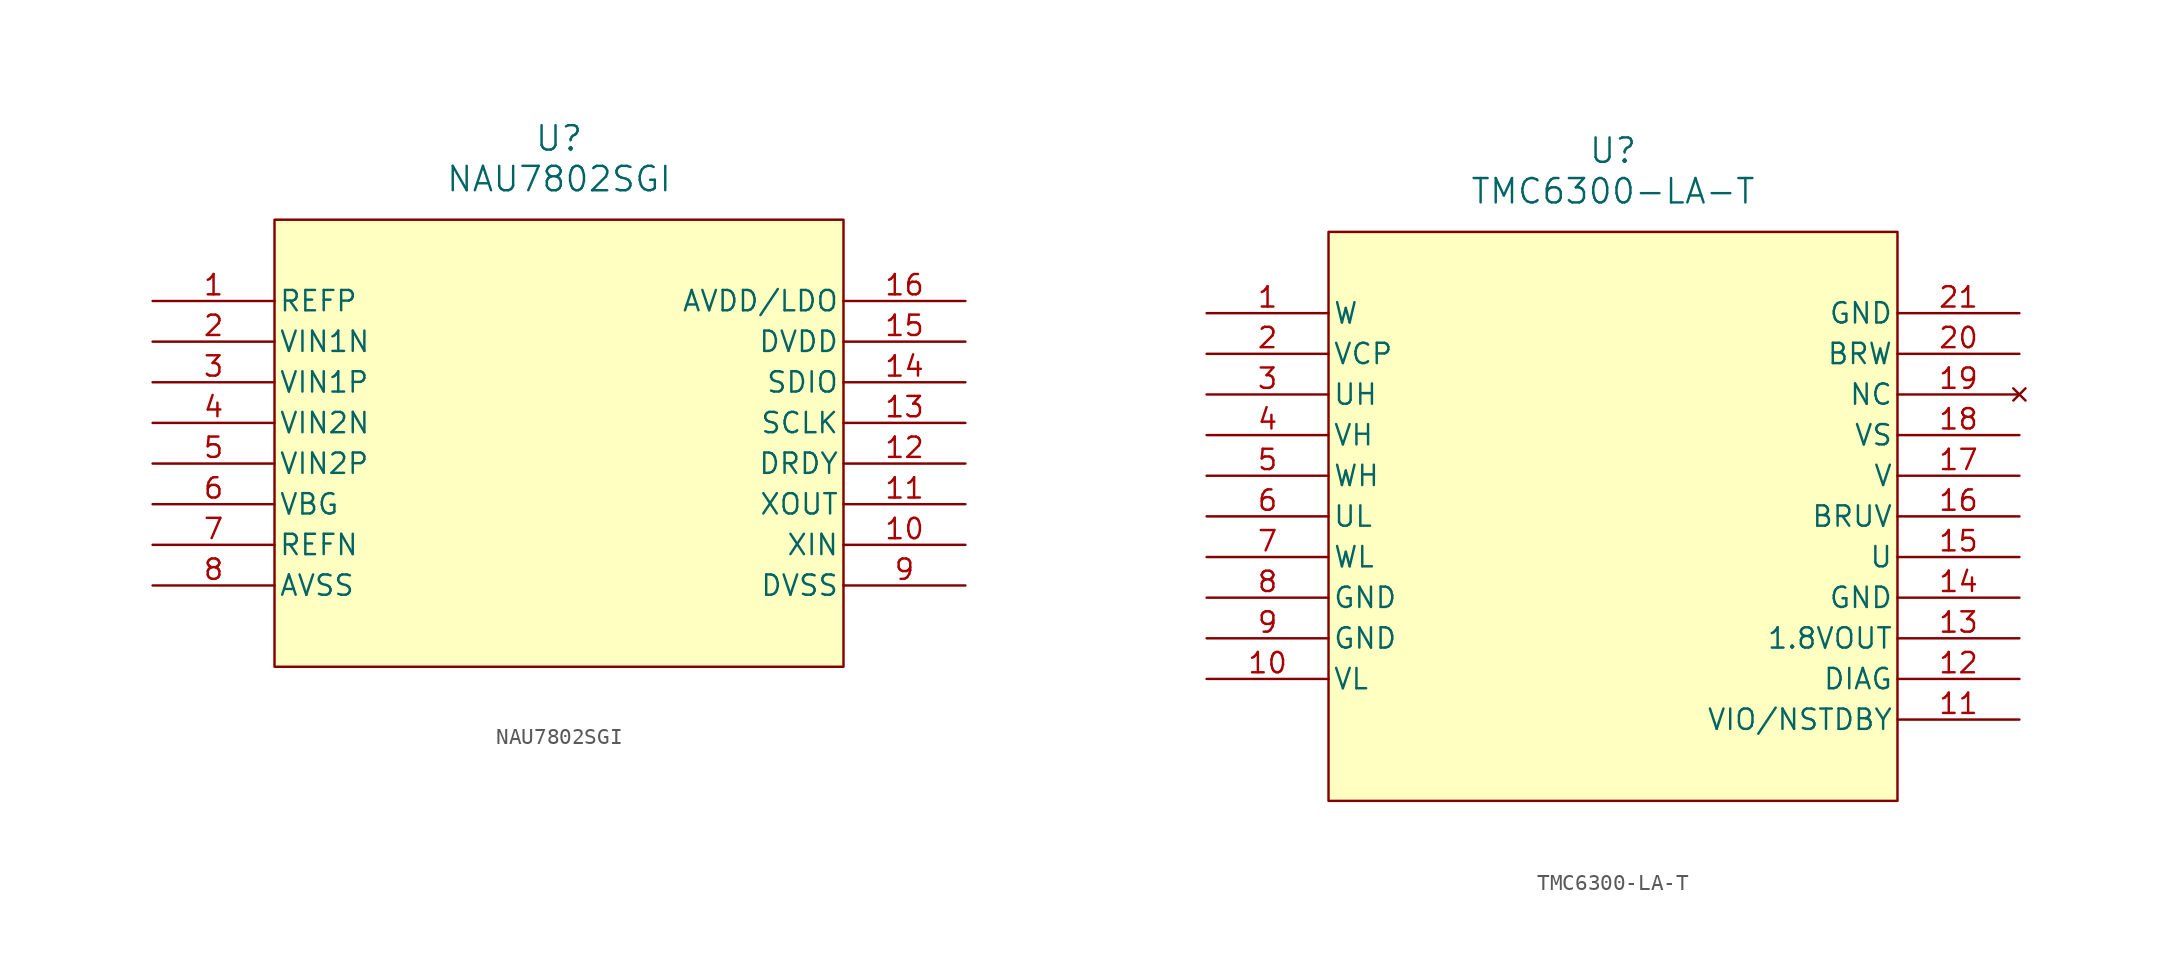
<source format=kicad_sym>
(kicad_symbol_lib
  (version 20231120)
  (generator "kicad_symbol_editor")
  (generator_version "8.0")
  (symbol "NAU7802SGI"
    (pin_names
      (offset 0.254))
    (property "Reference" "U"
      (at 25.4 10.16 0)
      (effects (font (size 1.524 1.524))))
    (property "Value" "NAU7802SGI"
      (at 25.4 7.62 0)
      (effects (font (size 1.524 1.524))))
    (property "ki_locked" ""
      (at 0 0 0)
      (effects (font (size 1.27 1.27))))
    (symbol "NAU7802SGI_0_1"
      (pin unspecified line (at 0 0 0) (length 7.62) (name "REFP" (effects (font (size 1.27 1.27)))) (number "1" (effects (font (size 1.27 1.27)))))
      (pin unspecified line (at 50.8 -15.24 180) (length 7.62) (name "XIN" (effects (font (size 1.27 1.27)))) (number "10" (effects (font (size 1.27 1.27)))))
      (pin output line (at 50.8 -12.7 180) (length 7.62) (name "XOUT" (effects (font (size 1.27 1.27)))) (number "11" (effects (font (size 1.27 1.27)))))
      (pin unspecified line (at 50.8 -10.16 180) (length 7.62) (name "DRDY" (effects (font (size 1.27 1.27)))) (number "12" (effects (font (size 1.27 1.27)))))
      (pin unspecified line (at 50.8 -7.62 180) (length 7.62) (name "SCLK" (effects (font (size 1.27 1.27)))) (number "13" (effects (font (size 1.27 1.27)))))
      (pin unspecified line (at 50.8 -5.08 180) (length 7.62) (name "SDIO" (effects (font (size 1.27 1.27)))) (number "14" (effects (font (size 1.27 1.27)))))
      (pin power_in line (at 50.8 -2.54 180) (length 7.62) (name "DVDD" (effects (font (size 1.27 1.27)))) (number "15" (effects (font (size 1.27 1.27)))))
      (pin power_in line (at 50.8 0 180) (length 7.62) (name "AVDD/LDO" (effects (font (size 1.27 1.27)))) (number "16" (effects (font (size 1.27 1.27)))))
      (pin input line (at 0 -2.54 0) (length 7.62) (name "VIN1N" (effects (font (size 1.27 1.27)))) (number "2" (effects (font (size 1.27 1.27)))))
      (pin input line (at 0 -5.08 0) (length 7.62) (name "VIN1P" (effects (font (size 1.27 1.27)))) (number "3" (effects (font (size 1.27 1.27)))))
      (pin input line (at 0 -7.62 0) (length 7.62) (name "VIN2N" (effects (font (size 1.27 1.27)))) (number "4" (effects (font (size 1.27 1.27)))))
      (pin input line (at 0 -10.16 0) (length 7.62) (name "VIN2P" (effects (font (size 1.27 1.27)))) (number "5" (effects (font (size 1.27 1.27)))))
      (pin unspecified line (at 0 -12.7 0) (length 7.62) (name "VBG" (effects (font (size 1.27 1.27)))) (number "6" (effects (font (size 1.27 1.27)))))
      (pin unspecified line (at 0 -15.24 0) (length 7.62) (name "REFN" (effects (font (size 1.27 1.27)))) (number "7" (effects (font (size 1.27 1.27)))))
      (pin power_out line (at 0 -17.78 0) (length 7.62) (name "AVSS" (effects (font (size 1.27 1.27)))) (number "8" (effects (font (size 1.27 1.27)))))
      (pin power_out line (at 50.8 -17.78 180) (length 7.62) (name "DVSS" (effects (font (size 1.27 1.27)))) (number "9" (effects (font (size 1.27 1.27))))))
    (symbol "NAU7802SGI_1_1"
      (rectangle (start 7.62 5.08) (end 43.18 -22.86) (stroke (width 0) (type default)) (fill (type background)))))
  (symbol "TMC6300-LA-T"
    (pin_names
      (offset 0.254))
    (property "Reference" "U"
      (at 25.4 10.16 0)
      (effects (font (size 1.524 1.524))))
    (property "Value" "TMC6300-LA-T"
      (at 25.4 7.62 0)
      (effects (font (size 1.524 1.524))))
    (property "ki_locked" ""
      (at 0 0 0)
      (effects (font (size 1.27 1.27))))
    (symbol "TMC6300-LA-T_0_1"
      (pin output line (at 0 0 0) (length 7.62) (name "W" (effects (font (size 1.27 1.27)))) (number "1" (effects (font (size 1.27 1.27)))))
      (pin input line (at 0 -22.86 0) (length 7.62) (name "VL" (effects (font (size 1.27 1.27)))) (number "10" (effects (font (size 1.27 1.27)))))
      (pin power_in line (at 50.8 -25.4 180) (length 7.62) (name "VIO/NSTDBY" (effects (font (size 1.27 1.27)))) (number "11" (effects (font (size 1.27 1.27)))))
      (pin output line (at 50.8 -22.86 180) (length 7.62) (name "DIAG" (effects (font (size 1.27 1.27)))) (number "12" (effects (font (size 1.27 1.27)))))
      (pin power_in line (at 50.8 -20.32 180) (length 7.62) (name "1.8VOUT" (effects (font (size 1.27 1.27)))) (number "13" (effects (font (size 1.27 1.27)))))
      (pin power_out line (at 50.8 -17.78 180) (length 7.62) (name "GND" (effects (font (size 1.27 1.27)))) (number "14" (effects (font (size 1.27 1.27)))))
      (pin output line (at 50.8 -15.24 180) (length 7.62) (name "U" (effects (font (size 1.27 1.27)))) (number "15" (effects (font (size 1.27 1.27)))))
      (pin unspecified line (at 50.8 -12.7 180) (length 7.62) (name "BRUV" (effects (font (size 1.27 1.27)))) (number "16" (effects (font (size 1.27 1.27)))))
      (pin output line (at 50.8 -10.16 180) (length 7.62) (name "V" (effects (font (size 1.27 1.27)))) (number "17" (effects (font (size 1.27 1.27)))))
      (pin power_in line (at 50.8 -7.62 180) (length 7.62) (name "VS" (effects (font (size 1.27 1.27)))) (number "18" (effects (font (size 1.27 1.27)))))
      (pin no_connect line (at 50.8 -5.08 180) (length 7.62) (name "NC" (effects (font (size 1.27 1.27)))) (number "19" (effects (font (size 1.27 1.27)))))
      (pin power_in line (at 0 -2.54 0) (length 7.62) (name "VCP" (effects (font (size 1.27 1.27)))) (number "2" (effects (font (size 1.27 1.27)))))
      (pin unspecified line (at 50.8 -2.54 180) (length 7.62) (name "BRW" (effects (font (size 1.27 1.27)))) (number "20" (effects (font (size 1.27 1.27)))))
      (pin power_out line (at 50.8 0 180) (length 7.62) (name "GND" (effects (font (size 1.27 1.27)))) (number "21" (effects (font (size 1.27 1.27)))))
      (pin input line (at 0 -5.08 0) (length 7.62) (name "UH" (effects (font (size 1.27 1.27)))) (number "3" (effects (font (size 1.27 1.27)))))
      (pin input line (at 0 -7.62 0) (length 7.62) (name "VH" (effects (font (size 1.27 1.27)))) (number "4" (effects (font (size 1.27 1.27)))))
      (pin input line (at 0 -10.16 0) (length 7.62) (name "WH" (effects (font (size 1.27 1.27)))) (number "5" (effects (font (size 1.27 1.27)))))
      (pin input line (at 0 -12.7 0) (length 7.62) (name "UL" (effects (font (size 1.27 1.27)))) (number "6" (effects (font (size 1.27 1.27)))))
      (pin input line (at 0 -15.24 0) (length 7.62) (name "WL" (effects (font (size 1.27 1.27)))) (number "7" (effects (font (size 1.27 1.27)))))
      (pin power_out line (at 0 -17.78 0) (length 7.62) (name "GND" (effects (font (size 1.27 1.27)))) (number "8" (effects (font (size 1.27 1.27)))))
      (pin power_out line (at 0 -20.32 0) (length 7.62) (name "GND" (effects (font (size 1.27 1.27)))) (number "9" (effects (font (size 1.27 1.27))))))
    (symbol "TMC6300-LA-T_1_1"
      (rectangle (start 7.62 5.08) (end 43.18 -30.48) (stroke (width 0) (type default)) (fill (type background))))))
</source>
